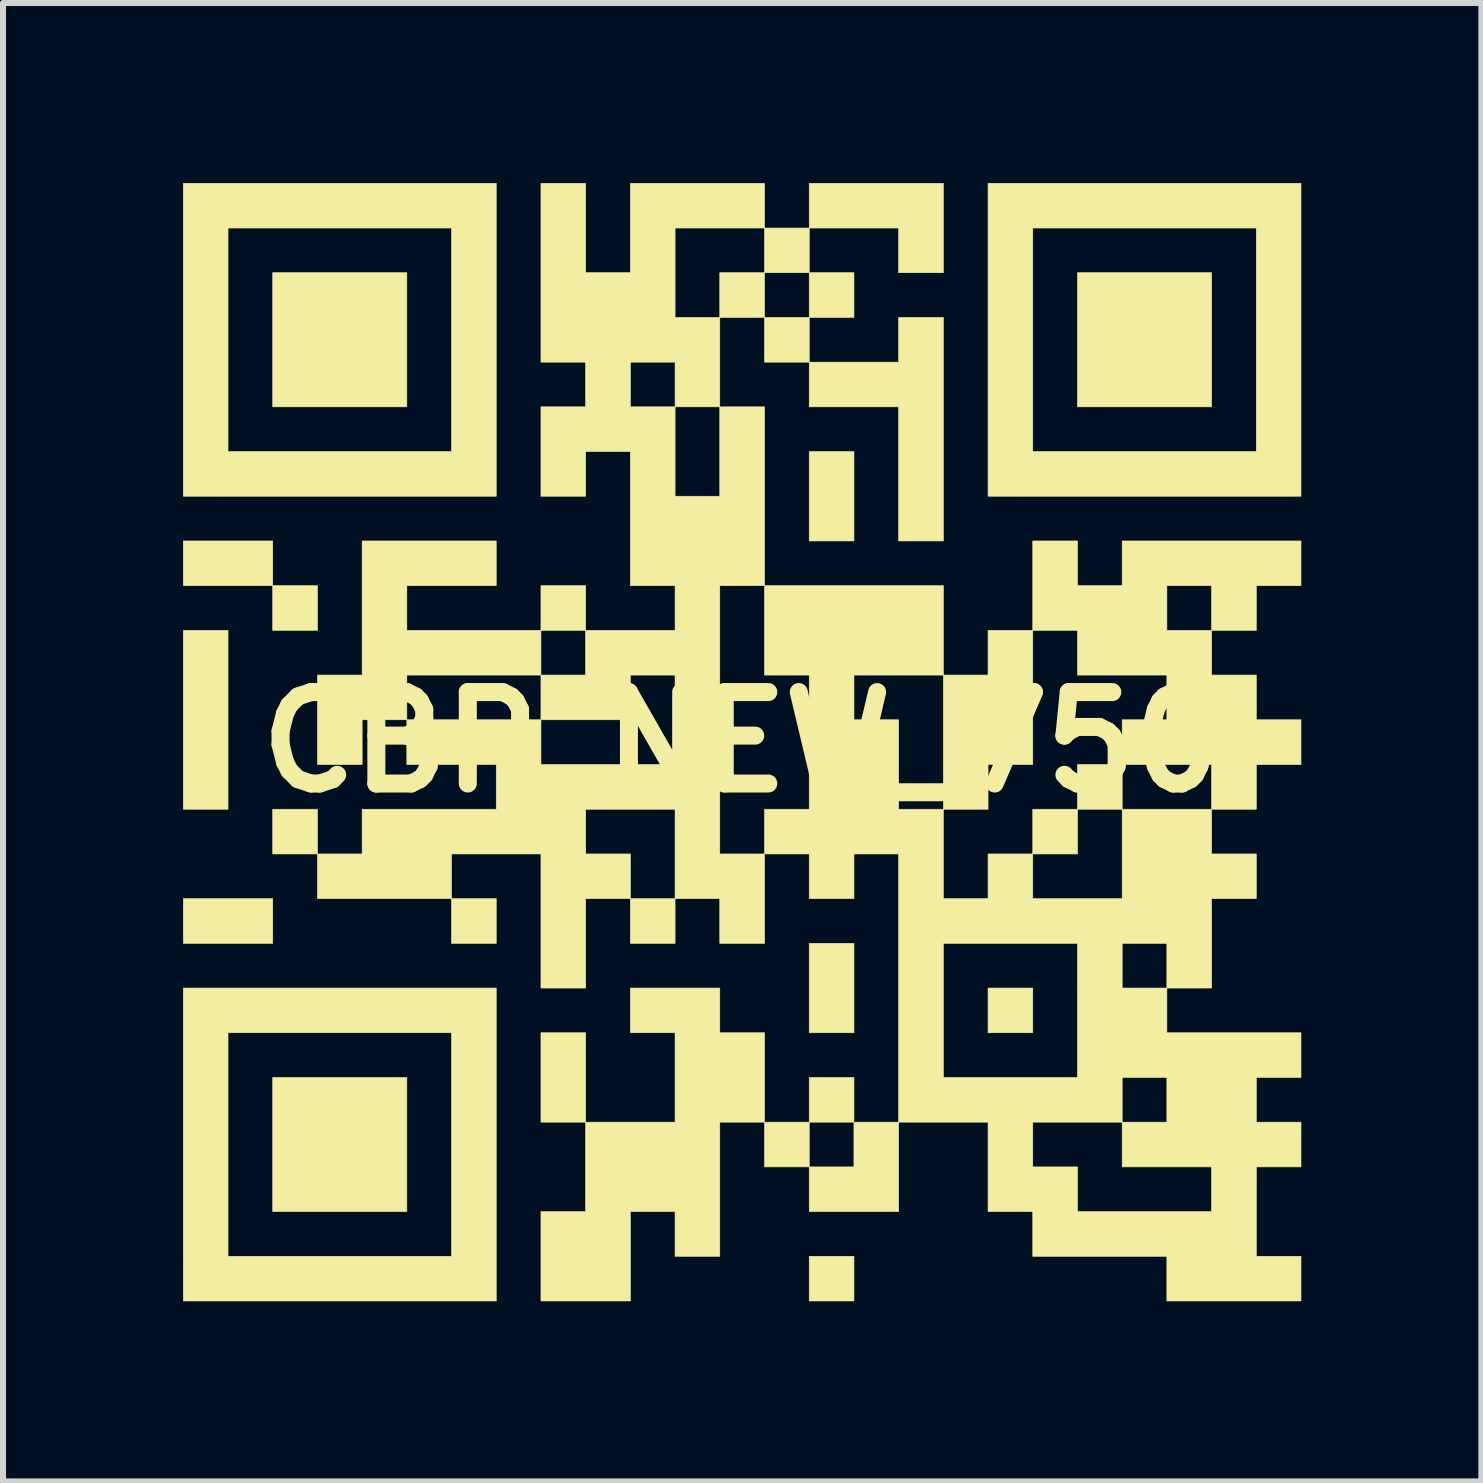
<source format=kicad_pcb>
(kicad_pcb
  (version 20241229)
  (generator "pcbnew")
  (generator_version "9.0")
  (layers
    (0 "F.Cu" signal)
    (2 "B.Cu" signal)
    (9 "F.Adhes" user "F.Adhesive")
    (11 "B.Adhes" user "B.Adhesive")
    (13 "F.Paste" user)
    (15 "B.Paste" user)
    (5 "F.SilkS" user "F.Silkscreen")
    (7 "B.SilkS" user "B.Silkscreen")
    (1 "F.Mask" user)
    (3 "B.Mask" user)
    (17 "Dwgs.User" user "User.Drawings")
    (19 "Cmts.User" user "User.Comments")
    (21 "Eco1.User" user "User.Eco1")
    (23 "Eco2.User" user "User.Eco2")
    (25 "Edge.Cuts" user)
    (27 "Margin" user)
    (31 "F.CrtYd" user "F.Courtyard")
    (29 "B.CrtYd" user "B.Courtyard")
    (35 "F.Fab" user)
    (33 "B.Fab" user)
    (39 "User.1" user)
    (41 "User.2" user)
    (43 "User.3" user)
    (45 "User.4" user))
  (footprint "CBP_NEW_750"
    (layer "F.Cu")
    (at 9.318 9.318)
    (property "Reference" "CBP_NEW_750" (at 0 0 0) (layer "F.SilkS") (effects (font (size 1.524 1.524) (thickness 0.3))))
    (attr through_hole)
    (fp_poly (pts (xy -8.568 1.118) (xy -9.313 1.118) (xy -9.313 -1.863) (xy -8.568 -1.863) (xy -8.568 1.118)) (stroke (width 0.01) (type solid)) (fill yes) (layer "F.SilkS"))
    (fp_poly (pts (xy -7.823 -2.608) (xy -9.313 -2.608) (xy -9.313 -3.353) (xy -7.823 -3.353) (xy -7.823 -2.608)) (stroke (width 0.01) (type solid)) (fill yes) (layer "F.SilkS"))
    (fp_poly (pts (xy -7.823 3.353) (xy -9.313 3.353) (xy -9.313 2.608) (xy -7.823 2.608) (xy -7.823 3.353)) (stroke (width 0.01) (type solid)) (fill yes) (layer "F.SilkS"))
    (fp_poly (pts (xy -7.078 -1.863) (xy -7.823 -1.863) (xy -7.823 -2.608) (xy -7.078 -2.608) (xy -7.078 -1.863)) (stroke (width 0.01) (type solid)) (fill yes) (layer "F.SilkS"))
    (fp_poly (pts (xy -7.078 1.863) (xy -7.823 1.863) (xy -7.823 1.118) (xy -7.078 1.118) (xy -7.078 1.863)) (stroke (width 0.01) (type solid)) (fill yes) (layer "F.SilkS"))
    (fp_poly (pts (xy -5.588 -5.588) (xy -7.823 -5.588) (xy -7.823 -7.823) (xy -5.588 -7.823) (xy -5.588 -5.588)) (stroke (width 0.01) (type solid)) (fill yes) (layer "F.SilkS"))
    (fp_poly (pts (xy -5.588 7.823) (xy -7.823 7.823) (xy -7.823 5.588) (xy -5.588 5.588) (xy -5.588 7.823)) (stroke (width 0.01) (type solid)) (fill yes) (layer "F.SilkS"))
    (fp_poly (pts (xy -4.098 3.353) (xy -4.843 3.353) (xy -4.843 2.608) (xy -4.098 2.608) (xy -4.098 3.353)) (stroke (width 0.01) (type solid)) (fill yes) (layer "F.SilkS"))
    (fp_poly (pts (xy -2.608 6.333) (xy -3.353 6.333) (xy -3.353 4.843) (xy -2.608 4.843) (xy -2.608 6.333)) (stroke (width 0.01) (type solid)) (fill yes) (layer "F.SilkS"))
    (fp_poly (pts (xy 1.118 -6.333) (xy 0.373 -6.333) (xy 0.373 -7.078) (xy 1.118 -7.078) (xy 1.118 -6.333)) (stroke (width 0.01) (type solid)) (fill yes) (layer "F.SilkS"))
    (fp_poly (pts (xy 1.863 -7.078) (xy 1.118 -7.078) (xy 1.118 -7.823) (xy 1.863 -7.823) (xy 1.863 -7.078)) (stroke (width 0.01) (type solid)) (fill yes) (layer "F.SilkS"))
    (fp_poly (pts (xy 1.863 -3.353) (xy 1.118 -3.353) (xy 1.118 -4.843) (xy 1.863 -4.843) (xy 1.863 -3.353)) (stroke (width 0.01) (type solid)) (fill yes) (layer "F.SilkS"))
    (fp_poly (pts (xy 1.863 4.843) (xy 1.118 4.843) (xy 1.118 3.353) (xy 1.863 3.353) (xy 1.863 4.843)) (stroke (width 0.01) (type solid)) (fill yes) (layer "F.SilkS"))
    (fp_poly (pts (xy 1.863 9.313) (xy 1.118 9.313) (xy 1.118 8.568) (xy 1.863 8.568) (xy 1.863 9.313)) (stroke (width 0.01) (type solid)) (fill yes) (layer "F.SilkS"))
    (fp_poly (pts (xy 4.843 4.843) (xy 4.098 4.843) (xy 4.098 4.098) (xy 4.843 4.098) (xy 4.843 4.843)) (stroke (width 0.01) (type solid)) (fill yes) (layer "F.SilkS"))
    (fp_poly (pts (xy 5.588 1.863) (xy 4.843 1.863) (xy 4.843 1.118) (xy 5.588 1.118) (xy 5.588 1.863)) (stroke (width 0.01) (type solid)) (fill yes) (layer "F.SilkS"))
    (fp_poly (pts (xy 6.333 1.118) (xy 5.588 1.118) (xy 5.588 0.373) (xy 6.333 0.373) (xy 6.333 1.118)) (stroke (width 0.01) (type solid)) (fill yes) (layer "F.SilkS"))
    (fp_poly (pts (xy 7.823 -5.588) (xy 5.588 -5.588) (xy 5.588 -7.823) (xy 7.823 -7.823) (xy 7.823 -5.588)) (stroke (width 0.01) (type solid)) (fill yes) (layer "F.SilkS"))
    (fp_poly (pts (xy 3.353 -7.823) (xy 2.608 -7.823) (xy 2.608 -8.568) (xy 1.118 -8.568) (xy 1.118 -9.313) (xy 3.353 -9.313) (xy 3.353 -7.823)) (stroke (width 0.01) (type solid)) (fill yes) (layer "F.SilkS"))
    (fp_poly (pts (xy 3.353 -3.353) (xy 2.608 -3.353) (xy 2.608 -5.588) (xy 1.118 -5.588) (xy 1.118 -6.333) (xy 2.608 -6.333) (xy 2.608 -7.078) (xy 3.353 -7.078) (xy 3.353 -3.353)) (stroke (width 0.01) (type solid)) (fill yes) (layer "F.SilkS"))
    (fp_poly (pts (xy -4.098 -4.098) (xy -9.313 -4.098) (xy -9.313 -8.568) (xy -8.568 -8.568) (xy -8.568 -4.843) (xy -4.843 -4.843) (xy -4.843 -8.568) (xy -8.568 -8.568) (xy -9.313 -8.568) (xy -9.313 -9.313) (xy -4.098 -9.313) (xy -4.098 -4.098)) (stroke (width 0.01) (type solid)) (fill yes) (layer "F.SilkS"))
    (fp_poly (pts (xy -4.098 9.313) (xy -9.313 9.313) (xy -9.313 4.843) (xy -8.568 4.843) (xy -8.568 8.568) (xy -4.843 8.568) (xy -4.843 4.843) (xy -8.568 4.843) (xy -9.313 4.843) (xy -9.313 4.098) (xy -4.098 4.098) (xy -4.098 9.313)) (stroke (width 0.01) (type solid)) (fill yes) (layer "F.SilkS"))
    (fp_poly (pts (xy 9.313 -4.098) (xy 4.098 -4.098) (xy 4.098 -8.568) (xy 4.843 -8.568) (xy 4.843 -4.843) (xy 8.568 -4.843) (xy 8.568 -8.568) (xy 4.843 -8.568) (xy 4.098 -8.568) (xy 4.098 -9.313) (xy 9.313 -9.313) (xy 9.313 -4.098)) (stroke (width 0.01) (type solid)) (fill yes) (layer "F.SilkS"))
    (fp_poly (pts (xy 2.608 6.333) (xy 2.608 7.823) (xy 1.118 7.823) (xy 1.118 7.078) (xy 0.373 7.078) (xy 0.373 6.333) (xy 1.118 6.333) (xy 1.118 7.078) (xy 1.863 7.078) (xy 1.863 6.333) (xy 1.118 6.333) (xy 1.118 5.588) (xy 1.863 5.588) (xy 1.863 6.333) (xy 2.608 6.333)) (stroke (width 0.01) (type solid)) (fill yes) (layer "F.SilkS"))
    (fp_poly (pts (xy -0.373 4.843) (xy 0.373 4.843) (xy 0.373 6.333) (xy -0.373 6.333) (xy -0.373 8.568) (xy -1.118 8.568) (xy -1.118 7.823) (xy -1.863 7.823) (xy -1.863 9.313) (xy -3.353 9.313) (xy -3.353 7.823) (xy -2.608 7.823) (xy -2.608 6.333) (xy -1.118 6.333) (xy -1.118 4.843) (xy -1.863 4.843) (xy -1.863 4.098) (xy -0.373 4.098) (xy -0.373 4.843)) (stroke (width 0.01) (type solid)) (fill yes) (layer "F.SilkS"))
    (fp_poly (pts (xy 0.373 -5.588) (xy 0.373 -2.608) (xy -0.373 -2.608) (xy -0.373 1.863) (xy 0.373 1.863) (xy 0.373 3.353) (xy -0.373 3.353) (xy -0.373 2.608) (xy -1.118 2.608) (xy -1.118 3.353) (xy -1.863 3.353) (xy -1.863 2.608) (xy -2.608 2.608) (xy -2.608 4.098) (xy -3.353 4.098) (xy -3.353 1.863) (xy -4.843 1.863) (xy -4.843 2.608) (xy -7.078 2.608) (xy -7.078 1.863) (xy -6.333 1.863) (xy -6.333 1.118) (xy -4.098 1.118) (xy -2.608 1.118) (xy -2.608 1.863) (xy -1.863 1.863) (xy -1.863 2.608) (xy -1.118 2.608) (xy -1.118 1.118) (xy -2.608 1.118) (xy -4.098 1.118) (xy -4.098 0.373) (xy -5.588 0.373) (xy -5.588 -0.373) (xy -6.333 -0.373) (xy -6.333 0.373) (xy -7.078 0.373) (xy -7.078 -1.118) (xy -6.333 -1.118) (xy -5.588 -1.118) (xy -5.588 -0.373) (xy -3.353 -0.373) (xy -3.353 0.373) (xy -1.118 0.373) (xy -1.118 -1.118) (xy -1.863 -1.118) (xy -1.863 -0.373) (xy -3.353 -0.373) (xy -3.353 -1.118) (xy -5.588 -1.118) (xy -6.333 -1.118) (xy -6.333 -3.353) (xy -4.098 -3.353) (xy -4.098 -2.608) (xy -5.588 -2.608) (xy -5.588 -1.863) (xy -3.353 -1.863) (xy -3.353 -1.118) (xy -2.608 -1.118) (xy -2.608 -1.863) (xy -3.353 -1.863) (xy -3.353 -2.608) (xy -2.608 -2.608) (xy -2.608 -1.863) (xy -1.118 -1.863) (xy -1.118 -2.608) (xy -1.863 -2.608) (xy -1.863 -4.843) (xy -2.608 -4.843) (xy -2.608 -4.098) (xy -3.353 -4.098) (xy -3.353 -5.588) (xy -2.608 -5.588) (xy -2.608 -6.333) (xy -1.863 -6.333) (xy -1.863 -5.588) (xy -1.118 -5.588) (xy -1.118 -4.098) (xy -0.373 -4.098) (xy -0.373 -5.588) (xy -1.118 -5.588) (xy -1.118 -6.333) (xy -1.863 -6.333) (xy -2.608 -6.333) (xy -3.353 -6.333) (xy -3.353 -9.313) (xy -2.608 -9.313) (xy -2.608 -7.823) (xy -1.863 -7.823) (xy -1.863 -8.568) (xy -1.118 -8.568) (xy -1.118 -7.078) (xy -0.373 -7.078) (xy -0.373 -7.823) (xy 0.373 -7.823) (xy 0.373 -8.568) (xy -1.118 -8.568) (xy -1.863 -8.568) (xy -1.863 -9.313) (xy 0.373 -9.313) (xy 0.373 -8.568) (xy 1.118 -8.568) (xy 1.118 -7.823) (xy 0.373 -7.823) (xy 0.373 -7.078) (xy -0.373 -7.078) (xy -0.373 -5.588) (xy 0.373 -5.588)) (stroke (width 0.01) (type solid)) (fill yes) (layer "F.SilkS"))
    (fp_poly (pts (xy 5.588 -2.608) (xy 6.333 -2.608) (xy 7.078 -2.608) (xy 7.078 -1.863) (xy 7.823 -1.863) (xy 7.823 -2.608) (xy 7.078 -2.608) (xy 6.333 -2.608) (xy 6.333 -3.353) (xy 9.313 -3.353) (xy 9.313 -2.608) (xy 8.568 -2.608) (xy 8.568 -1.863) (xy 7.823 -1.863) (xy 7.823 -1.118) (xy 8.568 -1.118) (xy 8.568 -0.373) (xy 9.313 -0.373) (xy 9.313 0.373) (xy 8.568 0.373) (xy 8.568 1.118) (xy 7.823 1.118) (xy 7.823 1.863) (xy 8.568 1.863) (xy 8.568 2.608) (xy 7.823 2.608) (xy 7.823 4.098) (xy 7.078 4.098) (xy 7.078 4.843) (xy 9.313 4.843) (xy 9.313 5.588) (xy 8.568 5.588) (xy 8.568 6.333) (xy 9.313 6.333) (xy 9.313 7.078) (xy 8.568 7.078) (xy 8.568 8.568) (xy 9.313 8.568) (xy 9.313 9.313) (xy 7.078 9.313) (xy 7.078 8.568) (xy 4.843 8.568) (xy 4.843 7.823) (xy 4.098 7.823) (xy 4.098 6.333) (xy 4.843 6.333) (xy 4.843 7.078) (xy 5.588 7.078) (xy 5.588 7.823) (xy 7.823 7.823) (xy 7.823 7.078) (xy 6.333 7.078) (xy 6.333 6.333) (xy 4.843 6.333) (xy 4.098 6.333) (xy 2.608 6.333) (xy 2.608 3.353) (xy 3.353 3.353) (xy 3.353 5.588) (xy 5.588 5.588) (xy 6.333 5.588) (xy 6.333 6.333) (xy 7.078 6.333) (xy 7.078 5.588) (xy 6.333 5.588) (xy 5.588 5.588) (xy 5.588 3.353) (xy 6.333 3.353) (xy 6.333 4.098) (xy 7.078 4.098) (xy 7.078 3.353) (xy 6.333 3.353) (xy 5.588 3.353) (xy 3.353 3.353) (xy 2.608 3.353) (xy 2.608 1.863) (xy 1.863 1.863) (xy 1.863 2.608) (xy 1.118 2.608) (xy 1.118 1.863) (xy 0.373 1.863) (xy 0.373 1.118) (xy 1.118 1.118) (xy 1.118 -1.118) (xy 1.863 -1.118) (xy 1.863 -0.373) (xy 2.608 -0.373) (xy 2.608 1.118) (xy 3.353 1.118) (xy 3.353 2.608) (xy 4.098 2.608) (xy 4.098 1.863) (xy 4.843 1.863) (xy 4.843 2.608) (xy 6.333 2.608) (xy 6.333 1.118) (xy 7.823 1.118) (xy 7.823 0.373) (xy 6.333 0.373) (xy 6.333 -0.373) (xy 7.078 -0.373) (xy 7.078 -1.118) (xy 5.588 -1.118) (xy 5.588 -1.863) (xy 4.843 -1.863) (xy 4.843 0.373) (xy 4.098 0.373) (xy 4.098 1.118) (xy 3.353 1.118) (xy 3.353 -1.118) (xy 1.863 -1.118) (xy 1.118 -1.118) (xy 0.373 -1.118) (xy 0.373 -2.608) (xy 3.353 -2.608) (xy 3.353 -1.118) (xy 4.098 -1.118) (xy 4.098 -1.863) (xy 4.843 -1.863) (xy 4.843 -3.353) (xy 5.588 -3.353) (xy 5.588 -2.608)) (stroke (width 0.01) (type solid)) (fill yes) (layer "F.SilkS")))
  (gr_rect
    (start -3 -3)
    (end 21.637 21.637)
    (stroke (width 0.1) (type default))
    (fill no)
    (layer "Edge.Cuts")))
</source>
